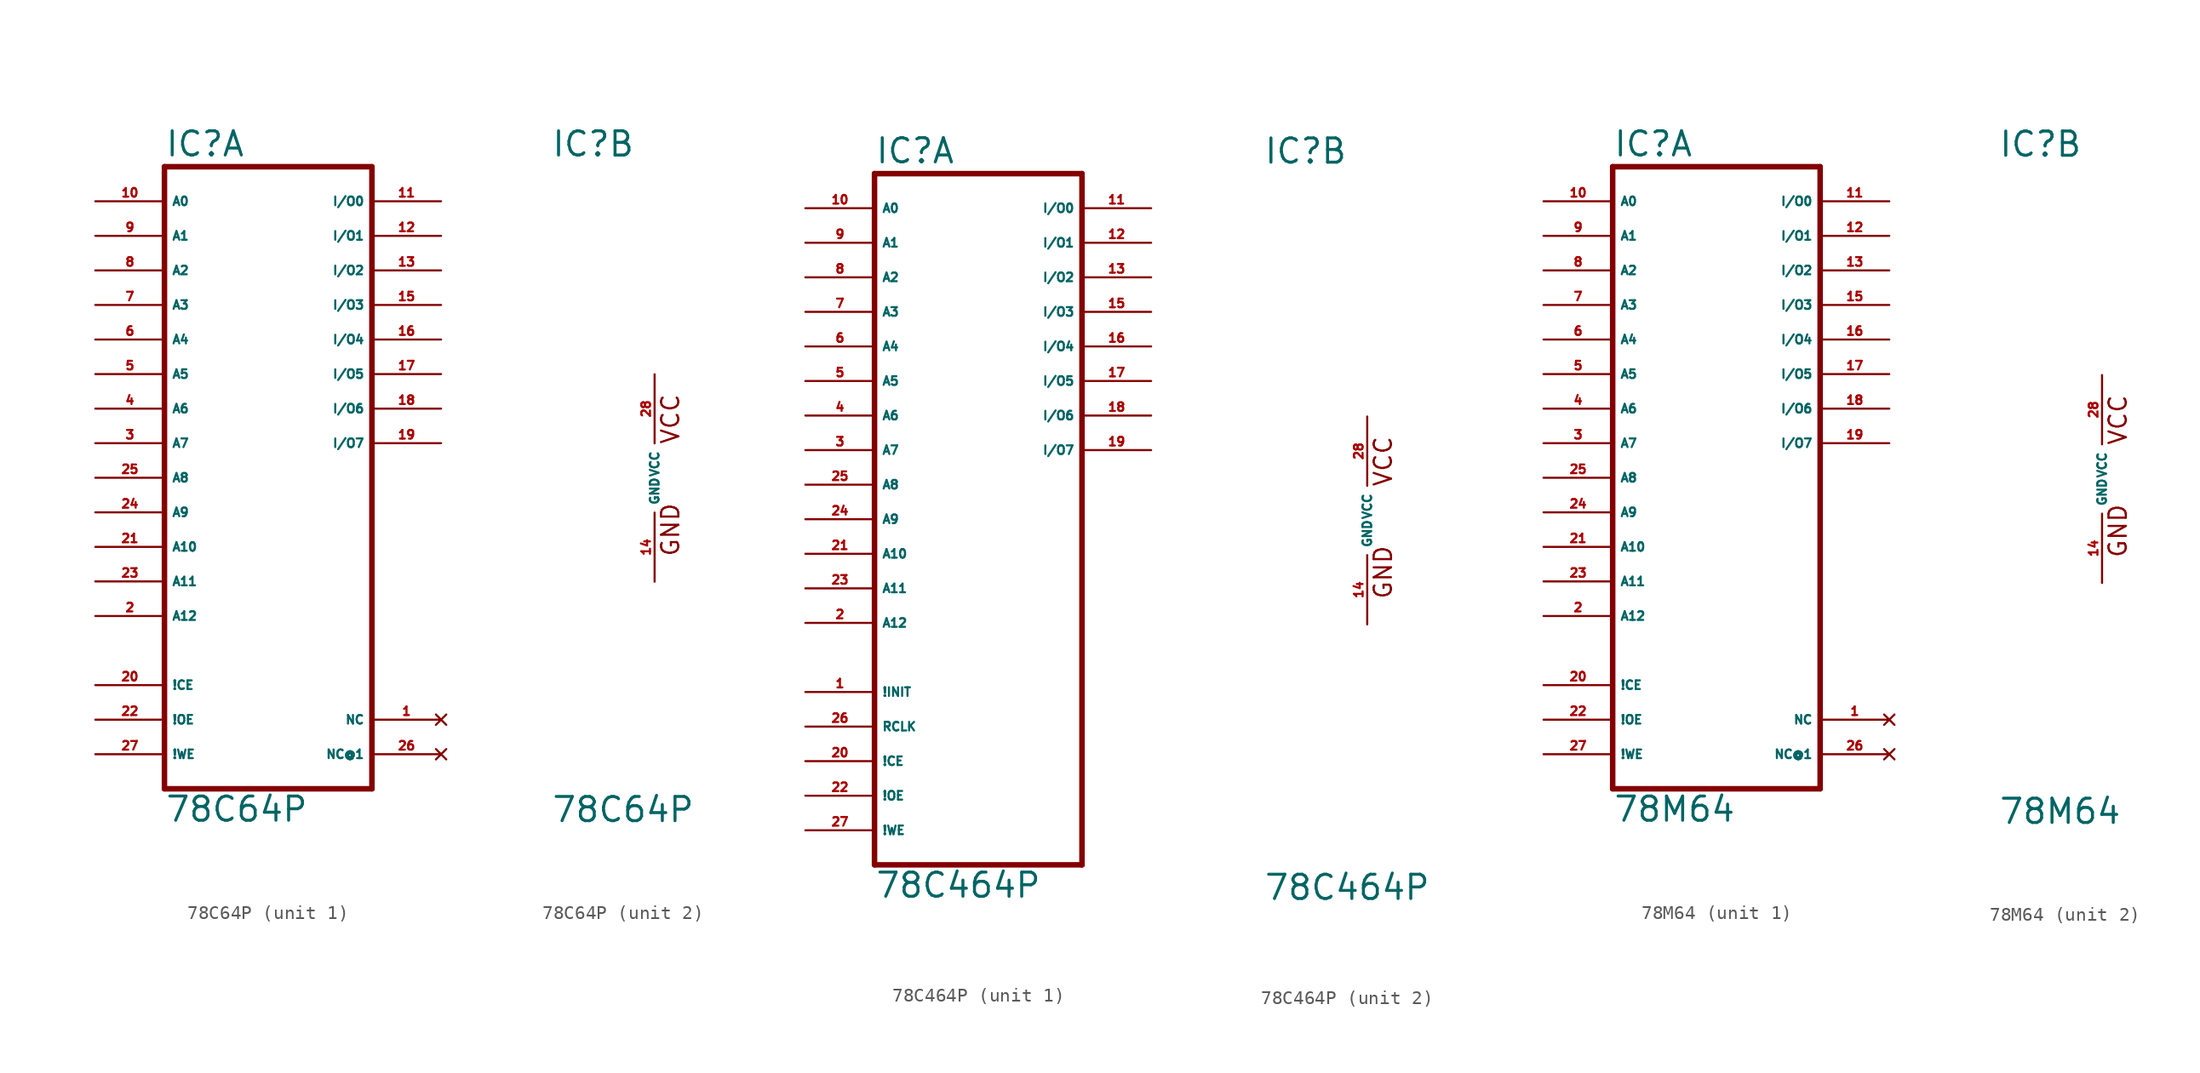
<source format=kicad_sym>
(kicad_symbol_lib
  (version 20220914)
  (generator Eagle2Kicad)
  (symbol "78C64P"
    (property "Reference" "IC"
      (at -7.62 23.495 0)
      (effects (font (size 1.778 1.778) (thickness 0.22)) (justify left bottom)))
    (property "Value" "78C64P"
      (at -7.62 -25.4 0)
      (effects (font (size 1.778 1.778) (thickness 0.22)) (justify left bottom)))
    (symbol "78C64P_1_0"
      (polyline (pts (xy -7.62 -22.86) (xy 7.62 -22.86)) (stroke (width 0.406) (type default)) (fill (type none)))
      (polyline (pts (xy 7.62 -22.86) (xy 7.62 22.86)) (stroke (width 0.406) (type default)) (fill (type none)))
      (polyline (pts (xy 7.62 22.86) (xy -7.62 22.86)) (stroke (width 0.406) (type default)) (fill (type none)))
      (polyline (pts (xy -7.62 22.86) (xy -7.62 -22.86)) (stroke (width 0.406) (type default)) (fill (type none)))
      (pin input line (at -12.7 20.32 0) (length 5.08) (name "A0" (effects (font (size 0.635 0.635) (thickness 0.08)) (justify left bottom))) (number "10" (effects (font (size 0.635 0.635) (thickness 0.08)) (justify left bottom))))
      (pin input line (at -12.7 17.78 0) (length 5.08) (name "A1" (effects (font (size 0.635 0.635) (thickness 0.08)) (justify left bottom))) (number "9" (effects (font (size 0.635 0.635) (thickness 0.08)) (justify left bottom))))
      (pin input line (at -12.7 15.24 0) (length 5.08) (name "A2" (effects (font (size 0.635 0.635) (thickness 0.08)) (justify left bottom))) (number "8" (effects (font (size 0.635 0.635) (thickness 0.08)) (justify left bottom))))
      (pin input line (at -12.7 12.7 0) (length 5.08) (name "A3" (effects (font (size 0.635 0.635) (thickness 0.08)) (justify left bottom))) (number "7" (effects (font (size 0.635 0.635) (thickness 0.08)) (justify left bottom))))
      (pin input line (at -12.7 10.16 0) (length 5.08) (name "A4" (effects (font (size 0.635 0.635) (thickness 0.08)) (justify left bottom))) (number "6" (effects (font (size 0.635 0.635) (thickness 0.08)) (justify left bottom))))
      (pin input line (at -12.7 7.62 0) (length 5.08) (name "A5" (effects (font (size 0.635 0.635) (thickness 0.08)) (justify left bottom))) (number "5" (effects (font (size 0.635 0.635) (thickness 0.08)) (justify left bottom))))
      (pin input line (at -12.7 5.08 0) (length 5.08) (name "A6" (effects (font (size 0.635 0.635) (thickness 0.08)) (justify left bottom))) (number "4" (effects (font (size 0.635 0.635) (thickness 0.08)) (justify left bottom))))
      (pin input line (at -12.7 2.54 0) (length 5.08) (name "A7" (effects (font (size 0.635 0.635) (thickness 0.08)) (justify left bottom))) (number "3" (effects (font (size 0.635 0.635) (thickness 0.08)) (justify left bottom))))
      (pin input line (at -12.7 0 0) (length 5.08) (name "A8" (effects (font (size 0.635 0.635) (thickness 0.08)) (justify left bottom))) (number "25" (effects (font (size 0.635 0.635) (thickness 0.08)) (justify left bottom))))
      (pin input line (at -12.7 -2.54 0) (length 5.08) (name "A9" (effects (font (size 0.635 0.635) (thickness 0.08)) (justify left bottom))) (number "24" (effects (font (size 0.635 0.635) (thickness 0.08)) (justify left bottom))))
      (pin input line (at -12.7 -5.08 0) (length 5.08) (name "A10" (effects (font (size 0.635 0.635) (thickness 0.08)) (justify left bottom))) (number "21" (effects (font (size 0.635 0.635) (thickness 0.08)) (justify left bottom))))
      (pin input line (at -12.7 -7.62 0) (length 5.08) (name "A11" (effects (font (size 0.635 0.635) (thickness 0.08)) (justify left bottom))) (number "23" (effects (font (size 0.635 0.635) (thickness 0.08)) (justify left bottom))))
      (pin input line (at -12.7 -10.16 0) (length 5.08) (name "A12" (effects (font (size 0.635 0.635) (thickness 0.08)) (justify left bottom))) (number "2" (effects (font (size 0.635 0.635) (thickness 0.08)) (justify left bottom))))
      (pin input line (at -12.7 -15.24 0) (length 5.08) (name "!CE" (effects (font (size 0.635 0.635) (thickness 0.08)) (justify left bottom))) (number "20" (effects (font (size 0.635 0.635) (thickness 0.08)) (justify left bottom))))
      (pin input line (at -12.7 -17.78 0) (length 5.08) (name "!OE" (effects (font (size 0.635 0.635) (thickness 0.08)) (justify left bottom))) (number "22" (effects (font (size 0.635 0.635) (thickness 0.08)) (justify left bottom))))
      (pin input line (at -12.7 -20.32 0) (length 5.08) (name "!WE" (effects (font (size 0.635 0.635) (thickness 0.08)) (justify left bottom))) (number "27" (effects (font (size 0.635 0.635) (thickness 0.08)) (justify left bottom))))
      (pin bidirectional line (at 12.7 20.32 180) (length 5.08) (name "I/O0" (effects (font (size 0.635 0.635) (thickness 0.08)) (justify left bottom))) (number "11" (effects (font (size 0.635 0.635) (thickness 0.08)) (justify left bottom))))
      (pin bidirectional line (at 12.7 17.78 180) (length 5.08) (name "I/O1" (effects (font (size 0.635 0.635) (thickness 0.08)) (justify left bottom))) (number "12" (effects (font (size 0.635 0.635) (thickness 0.08)) (justify left bottom))))
      (pin bidirectional line (at 12.7 15.24 180) (length 5.08) (name "I/O2" (effects (font (size 0.635 0.635) (thickness 0.08)) (justify left bottom))) (number "13" (effects (font (size 0.635 0.635) (thickness 0.08)) (justify left bottom))))
      (pin bidirectional line (at 12.7 12.7 180) (length 5.08) (name "I/O3" (effects (font (size 0.635 0.635) (thickness 0.08)) (justify left bottom))) (number "15" (effects (font (size 0.635 0.635) (thickness 0.08)) (justify left bottom))))
      (pin bidirectional line (at 12.7 10.16 180) (length 5.08) (name "I/O4" (effects (font (size 0.635 0.635) (thickness 0.08)) (justify left bottom))) (number "16" (effects (font (size 0.635 0.635) (thickness 0.08)) (justify left bottom))))
      (pin bidirectional line (at 12.7 7.62 180) (length 5.08) (name "I/O5" (effects (font (size 0.635 0.635) (thickness 0.08)) (justify left bottom))) (number "17" (effects (font (size 0.635 0.635) (thickness 0.08)) (justify left bottom))))
      (pin bidirectional line (at 12.7 5.08 180) (length 5.08) (name "I/O6" (effects (font (size 0.635 0.635) (thickness 0.08)) (justify left bottom))) (number "18" (effects (font (size 0.635 0.635) (thickness 0.08)) (justify left bottom))))
      (pin bidirectional line (at 12.7 2.54 180) (length 5.08) (name "I/O7" (effects (font (size 0.635 0.635) (thickness 0.08)) (justify left bottom))) (number "19" (effects (font (size 0.635 0.635) (thickness 0.08)) (justify left bottom))))
      (pin no_connect line (at 12.7 -20.32 180) (length 5.08) (name "NC@1" (effects (font (size 0.635 0.635) (thickness 0.08)) (justify left bottom) hide)) (number "26" (effects (font (size 0.635 0.635) (thickness 0.08)) (justify left bottom) hide)))
      (pin no_connect line (at 12.7 -17.78 180) (length 5.08) (name "NC" (effects (font (size 0.635 0.635) (thickness 0.08)) (justify left bottom) hide)) (number "1" (effects (font (size 0.635 0.635) (thickness 0.08)) (justify left bottom) hide))))
    (symbol "78C64P_2_0"
      (text "GND" (at 1.905 -5.842 900) (effects (font (size 1.27 1.27) (thickness 0.16)) (justify left bottom)))
      (text "VCC" (at 1.905 2.413 900) (effects (font (size 1.27 1.27) (thickness 0.16)) (justify left bottom)))
      (pin unspecified line (at 0 7.62 270) (length 5.08) (name "VCC" (effects (font (size 0.635 0.635) (thickness 0.08)) (justify left bottom))) (number "28" (effects (font (size 0.635 0.635) (thickness 0.08)) (justify left bottom))))
      (pin unspecified line (at 0 -7.62 90) (length 5.08) (name "GND" (effects (font (size 0.635 0.635) (thickness 0.08)) (justify left bottom))) (number "14" (effects (font (size 0.635 0.635) (thickness 0.08)) (justify left bottom))))))
  (symbol "78C464P"
    (property "Reference" "IC"
      (at -7.62 26.035 0)
      (effects (font (size 1.778 1.778) (thickness 0.22)) (justify left bottom)))
    (property "Value" "78C464P"
      (at -7.62 -27.94 0)
      (effects (font (size 1.778 1.778) (thickness 0.22)) (justify left bottom)))
    (symbol "78C464P_1_0"
      (polyline (pts (xy -7.62 -25.4) (xy 7.62 -25.4)) (stroke (width 0.406) (type default)) (fill (type none)))
      (polyline (pts (xy 7.62 -25.4) (xy 7.62 25.4)) (stroke (width 0.406) (type default)) (fill (type none)))
      (polyline (pts (xy 7.62 25.4) (xy -7.62 25.4)) (stroke (width 0.406) (type default)) (fill (type none)))
      (polyline (pts (xy -7.62 25.4) (xy -7.62 -25.4)) (stroke (width 0.406) (type default)) (fill (type none)))
      (pin input line (at -12.7 22.86 0) (length 5.08) (name "A0" (effects (font (size 0.635 0.635) (thickness 0.08)) (justify left bottom))) (number "10" (effects (font (size 0.635 0.635) (thickness 0.08)) (justify left bottom))))
      (pin input line (at -12.7 20.32 0) (length 5.08) (name "A1" (effects (font (size 0.635 0.635) (thickness 0.08)) (justify left bottom))) (number "9" (effects (font (size 0.635 0.635) (thickness 0.08)) (justify left bottom))))
      (pin input line (at -12.7 17.78 0) (length 5.08) (name "A2" (effects (font (size 0.635 0.635) (thickness 0.08)) (justify left bottom))) (number "8" (effects (font (size 0.635 0.635) (thickness 0.08)) (justify left bottom))))
      (pin input line (at -12.7 15.24 0) (length 5.08) (name "A3" (effects (font (size 0.635 0.635) (thickness 0.08)) (justify left bottom))) (number "7" (effects (font (size 0.635 0.635) (thickness 0.08)) (justify left bottom))))
      (pin input line (at -12.7 12.7 0) (length 5.08) (name "A4" (effects (font (size 0.635 0.635) (thickness 0.08)) (justify left bottom))) (number "6" (effects (font (size 0.635 0.635) (thickness 0.08)) (justify left bottom))))
      (pin input line (at -12.7 10.16 0) (length 5.08) (name "A5" (effects (font (size 0.635 0.635) (thickness 0.08)) (justify left bottom))) (number "5" (effects (font (size 0.635 0.635) (thickness 0.08)) (justify left bottom))))
      (pin input line (at -12.7 7.62 0) (length 5.08) (name "A6" (effects (font (size 0.635 0.635) (thickness 0.08)) (justify left bottom))) (number "4" (effects (font (size 0.635 0.635) (thickness 0.08)) (justify left bottom))))
      (pin input line (at -12.7 5.08 0) (length 5.08) (name "A7" (effects (font (size 0.635 0.635) (thickness 0.08)) (justify left bottom))) (number "3" (effects (font (size 0.635 0.635) (thickness 0.08)) (justify left bottom))))
      (pin input line (at -12.7 2.54 0) (length 5.08) (name "A8" (effects (font (size 0.635 0.635) (thickness 0.08)) (justify left bottom))) (number "25" (effects (font (size 0.635 0.635) (thickness 0.08)) (justify left bottom))))
      (pin input line (at -12.7 0 0) (length 5.08) (name "A9" (effects (font (size 0.635 0.635) (thickness 0.08)) (justify left bottom))) (number "24" (effects (font (size 0.635 0.635) (thickness 0.08)) (justify left bottom))))
      (pin input line (at -12.7 -2.54 0) (length 5.08) (name "A10" (effects (font (size 0.635 0.635) (thickness 0.08)) (justify left bottom))) (number "21" (effects (font (size 0.635 0.635) (thickness 0.08)) (justify left bottom))))
      (pin input line (at -12.7 -5.08 0) (length 5.08) (name "A11" (effects (font (size 0.635 0.635) (thickness 0.08)) (justify left bottom))) (number "23" (effects (font (size 0.635 0.635) (thickness 0.08)) (justify left bottom))))
      (pin input line (at -12.7 -7.62 0) (length 5.08) (name "A12" (effects (font (size 0.635 0.635) (thickness 0.08)) (justify left bottom))) (number "2" (effects (font (size 0.635 0.635) (thickness 0.08)) (justify left bottom))))
      (pin input line (at -12.7 -17.78 0) (length 5.08) (name "!CE" (effects (font (size 0.635 0.635) (thickness 0.08)) (justify left bottom))) (number "20" (effects (font (size 0.635 0.635) (thickness 0.08)) (justify left bottom))))
      (pin input line (at -12.7 -20.32 0) (length 5.08) (name "!OE" (effects (font (size 0.635 0.635) (thickness 0.08)) (justify left bottom))) (number "22" (effects (font (size 0.635 0.635) (thickness 0.08)) (justify left bottom))))
      (pin input line (at -12.7 -22.86 0) (length 5.08) (name "!WE" (effects (font (size 0.635 0.635) (thickness 0.08)) (justify left bottom))) (number "27" (effects (font (size 0.635 0.635) (thickness 0.08)) (justify left bottom))))
      (pin bidirectional line (at 12.7 22.86 180) (length 5.08) (name "I/O0" (effects (font (size 0.635 0.635) (thickness 0.08)) (justify left bottom))) (number "11" (effects (font (size 0.635 0.635) (thickness 0.08)) (justify left bottom))))
      (pin bidirectional line (at 12.7 20.32 180) (length 5.08) (name "I/O1" (effects (font (size 0.635 0.635) (thickness 0.08)) (justify left bottom))) (number "12" (effects (font (size 0.635 0.635) (thickness 0.08)) (justify left bottom))))
      (pin bidirectional line (at 12.7 17.78 180) (length 5.08) (name "I/O2" (effects (font (size 0.635 0.635) (thickness 0.08)) (justify left bottom))) (number "13" (effects (font (size 0.635 0.635) (thickness 0.08)) (justify left bottom))))
      (pin bidirectional line (at 12.7 15.24 180) (length 5.08) (name "I/O3" (effects (font (size 0.635 0.635) (thickness 0.08)) (justify left bottom))) (number "15" (effects (font (size 0.635 0.635) (thickness 0.08)) (justify left bottom))))
      (pin bidirectional line (at 12.7 12.7 180) (length 5.08) (name "I/O4" (effects (font (size 0.635 0.635) (thickness 0.08)) (justify left bottom))) (number "16" (effects (font (size 0.635 0.635) (thickness 0.08)) (justify left bottom))))
      (pin bidirectional line (at 12.7 10.16 180) (length 5.08) (name "I/O5" (effects (font (size 0.635 0.635) (thickness 0.08)) (justify left bottom))) (number "17" (effects (font (size 0.635 0.635) (thickness 0.08)) (justify left bottom))))
      (pin bidirectional line (at 12.7 7.62 180) (length 5.08) (name "I/O6" (effects (font (size 0.635 0.635) (thickness 0.08)) (justify left bottom))) (number "18" (effects (font (size 0.635 0.635) (thickness 0.08)) (justify left bottom))))
      (pin bidirectional line (at 12.7 5.08 180) (length 5.08) (name "I/O7" (effects (font (size 0.635 0.635) (thickness 0.08)) (justify left bottom))) (number "19" (effects (font (size 0.635 0.635) (thickness 0.08)) (justify left bottom))))
      (pin input line (at -12.7 -12.7 0) (length 5.08) (name "!INIT" (effects (font (size 0.635 0.635) (thickness 0.08)) (justify left bottom))) (number "1" (effects (font (size 0.635 0.635) (thickness 0.08)) (justify left bottom))))
      (pin input line (at -12.7 -15.24 0) (length 5.08) (name "RCLK" (effects (font (size 0.635 0.635) (thickness 0.08)) (justify left bottom))) (number "26" (effects (font (size 0.635 0.635) (thickness 0.08)) (justify left bottom)))))
    (symbol "78C464P_2_0"
      (text "GND" (at 1.905 -5.842 900) (effects (font (size 1.27 1.27) (thickness 0.16)) (justify left bottom)))
      (text "VCC" (at 1.905 2.413 900) (effects (font (size 1.27 1.27) (thickness 0.16)) (justify left bottom)))
      (pin unspecified line (at 0 7.62 270) (length 5.08) (name "VCC" (effects (font (size 0.635 0.635) (thickness 0.08)) (justify left bottom))) (number "28" (effects (font (size 0.635 0.635) (thickness 0.08)) (justify left bottom))))
      (pin unspecified line (at 0 -7.62 90) (length 5.08) (name "GND" (effects (font (size 0.635 0.635) (thickness 0.08)) (justify left bottom))) (number "14" (effects (font (size 0.635 0.635) (thickness 0.08)) (justify left bottom))))))
  (symbol "78M64"
    (property "Reference" "IC"
      (at -7.62 23.495 0)
      (effects (font (size 1.778 1.778) (thickness 0.22)) (justify left bottom)))
    (property "Value" "78M64"
      (at -7.62 -25.4 0)
      (effects (font (size 1.778 1.778) (thickness 0.22)) (justify left bottom)))
    (symbol "78M64_1_0"
      (polyline (pts (xy -7.62 -22.86) (xy 7.62 -22.86)) (stroke (width 0.406) (type default)) (fill (type none)))
      (polyline (pts (xy 7.62 -22.86) (xy 7.62 22.86)) (stroke (width 0.406) (type default)) (fill (type none)))
      (polyline (pts (xy 7.62 22.86) (xy -7.62 22.86)) (stroke (width 0.406) (type default)) (fill (type none)))
      (polyline (pts (xy -7.62 22.86) (xy -7.62 -22.86)) (stroke (width 0.406) (type default)) (fill (type none)))
      (pin input line (at -12.7 20.32 0) (length 5.08) (name "A0" (effects (font (size 0.635 0.635) (thickness 0.08)) (justify left bottom))) (number "10" (effects (font (size 0.635 0.635) (thickness 0.08)) (justify left bottom))))
      (pin input line (at -12.7 17.78 0) (length 5.08) (name "A1" (effects (font (size 0.635 0.635) (thickness 0.08)) (justify left bottom))) (number "9" (effects (font (size 0.635 0.635) (thickness 0.08)) (justify left bottom))))
      (pin input line (at -12.7 15.24 0) (length 5.08) (name "A2" (effects (font (size 0.635 0.635) (thickness 0.08)) (justify left bottom))) (number "8" (effects (font (size 0.635 0.635) (thickness 0.08)) (justify left bottom))))
      (pin input line (at -12.7 12.7 0) (length 5.08) (name "A3" (effects (font (size 0.635 0.635) (thickness 0.08)) (justify left bottom))) (number "7" (effects (font (size 0.635 0.635) (thickness 0.08)) (justify left bottom))))
      (pin input line (at -12.7 10.16 0) (length 5.08) (name "A4" (effects (font (size 0.635 0.635) (thickness 0.08)) (justify left bottom))) (number "6" (effects (font (size 0.635 0.635) (thickness 0.08)) (justify left bottom))))
      (pin input line (at -12.7 7.62 0) (length 5.08) (name "A5" (effects (font (size 0.635 0.635) (thickness 0.08)) (justify left bottom))) (number "5" (effects (font (size 0.635 0.635) (thickness 0.08)) (justify left bottom))))
      (pin input line (at -12.7 5.08 0) (length 5.08) (name "A6" (effects (font (size 0.635 0.635) (thickness 0.08)) (justify left bottom))) (number "4" (effects (font (size 0.635 0.635) (thickness 0.08)) (justify left bottom))))
      (pin input line (at -12.7 2.54 0) (length 5.08) (name "A7" (effects (font (size 0.635 0.635) (thickness 0.08)) (justify left bottom))) (number "3" (effects (font (size 0.635 0.635) (thickness 0.08)) (justify left bottom))))
      (pin input line (at -12.7 0 0) (length 5.08) (name "A8" (effects (font (size 0.635 0.635) (thickness 0.08)) (justify left bottom))) (number "25" (effects (font (size 0.635 0.635) (thickness 0.08)) (justify left bottom))))
      (pin input line (at -12.7 -2.54 0) (length 5.08) (name "A9" (effects (font (size 0.635 0.635) (thickness 0.08)) (justify left bottom))) (number "24" (effects (font (size 0.635 0.635) (thickness 0.08)) (justify left bottom))))
      (pin input line (at -12.7 -5.08 0) (length 5.08) (name "A10" (effects (font (size 0.635 0.635) (thickness 0.08)) (justify left bottom))) (number "21" (effects (font (size 0.635 0.635) (thickness 0.08)) (justify left bottom))))
      (pin input line (at -12.7 -7.62 0) (length 5.08) (name "A11" (effects (font (size 0.635 0.635) (thickness 0.08)) (justify left bottom))) (number "23" (effects (font (size 0.635 0.635) (thickness 0.08)) (justify left bottom))))
      (pin input line (at -12.7 -10.16 0) (length 5.08) (name "A12" (effects (font (size 0.635 0.635) (thickness 0.08)) (justify left bottom))) (number "2" (effects (font (size 0.635 0.635) (thickness 0.08)) (justify left bottom))))
      (pin input line (at -12.7 -15.24 0) (length 5.08) (name "!CE" (effects (font (size 0.635 0.635) (thickness 0.08)) (justify left bottom))) (number "20" (effects (font (size 0.635 0.635) (thickness 0.08)) (justify left bottom))))
      (pin input line (at -12.7 -17.78 0) (length 5.08) (name "!OE" (effects (font (size 0.635 0.635) (thickness 0.08)) (justify left bottom))) (number "22" (effects (font (size 0.635 0.635) (thickness 0.08)) (justify left bottom))))
      (pin input line (at -12.7 -20.32 0) (length 5.08) (name "!WE" (effects (font (size 0.635 0.635) (thickness 0.08)) (justify left bottom))) (number "27" (effects (font (size 0.635 0.635) (thickness 0.08)) (justify left bottom))))
      (pin bidirectional line (at 12.7 20.32 180) (length 5.08) (name "I/O0" (effects (font (size 0.635 0.635) (thickness 0.08)) (justify left bottom))) (number "11" (effects (font (size 0.635 0.635) (thickness 0.08)) (justify left bottom))))
      (pin bidirectional line (at 12.7 17.78 180) (length 5.08) (name "I/O1" (effects (font (size 0.635 0.635) (thickness 0.08)) (justify left bottom))) (number "12" (effects (font (size 0.635 0.635) (thickness 0.08)) (justify left bottom))))
      (pin bidirectional line (at 12.7 15.24 180) (length 5.08) (name "I/O2" (effects (font (size 0.635 0.635) (thickness 0.08)) (justify left bottom))) (number "13" (effects (font (size 0.635 0.635) (thickness 0.08)) (justify left bottom))))
      (pin bidirectional line (at 12.7 12.7 180) (length 5.08) (name "I/O3" (effects (font (size 0.635 0.635) (thickness 0.08)) (justify left bottom))) (number "15" (effects (font (size 0.635 0.635) (thickness 0.08)) (justify left bottom))))
      (pin bidirectional line (at 12.7 10.16 180) (length 5.08) (name "I/O4" (effects (font (size 0.635 0.635) (thickness 0.08)) (justify left bottom))) (number "16" (effects (font (size 0.635 0.635) (thickness 0.08)) (justify left bottom))))
      (pin bidirectional line (at 12.7 7.62 180) (length 5.08) (name "I/O5" (effects (font (size 0.635 0.635) (thickness 0.08)) (justify left bottom))) (number "17" (effects (font (size 0.635 0.635) (thickness 0.08)) (justify left bottom))))
      (pin bidirectional line (at 12.7 5.08 180) (length 5.08) (name "I/O6" (effects (font (size 0.635 0.635) (thickness 0.08)) (justify left bottom))) (number "18" (effects (font (size 0.635 0.635) (thickness 0.08)) (justify left bottom))))
      (pin bidirectional line (at 12.7 2.54 180) (length 5.08) (name "I/O7" (effects (font (size 0.635 0.635) (thickness 0.08)) (justify left bottom))) (number "19" (effects (font (size 0.635 0.635) (thickness 0.08)) (justify left bottom))))
      (pin no_connect line (at 12.7 -20.32 180) (length 5.08) (name "NC@1" (effects (font (size 0.635 0.635) (thickness 0.08)) (justify left bottom) hide)) (number "26" (effects (font (size 0.635 0.635) (thickness 0.08)) (justify left bottom) hide)))
      (pin no_connect line (at 12.7 -17.78 180) (length 5.08) (name "NC" (effects (font (size 0.635 0.635) (thickness 0.08)) (justify left bottom) hide)) (number "1" (effects (font (size 0.635 0.635) (thickness 0.08)) (justify left bottom) hide))))
    (symbol "78M64_2_0"
      (text "GND" (at 1.905 -5.842 900) (effects (font (size 1.27 1.27) (thickness 0.16)) (justify left bottom)))
      (text "VCC" (at 1.905 2.413 900) (effects (font (size 1.27 1.27) (thickness 0.16)) (justify left bottom)))
      (pin unspecified line (at 0 7.62 270) (length 5.08) (name "VCC" (effects (font (size 0.635 0.635) (thickness 0.08)) (justify left bottom))) (number "28" (effects (font (size 0.635 0.635) (thickness 0.08)) (justify left bottom))))
      (pin unspecified line (at 0 -7.62 90) (length 5.08) (name "GND" (effects (font (size 0.635 0.635) (thickness 0.08)) (justify left bottom))) (number "14" (effects (font (size 0.635 0.635) (thickness 0.08)) (justify left bottom)))))))
</source>
